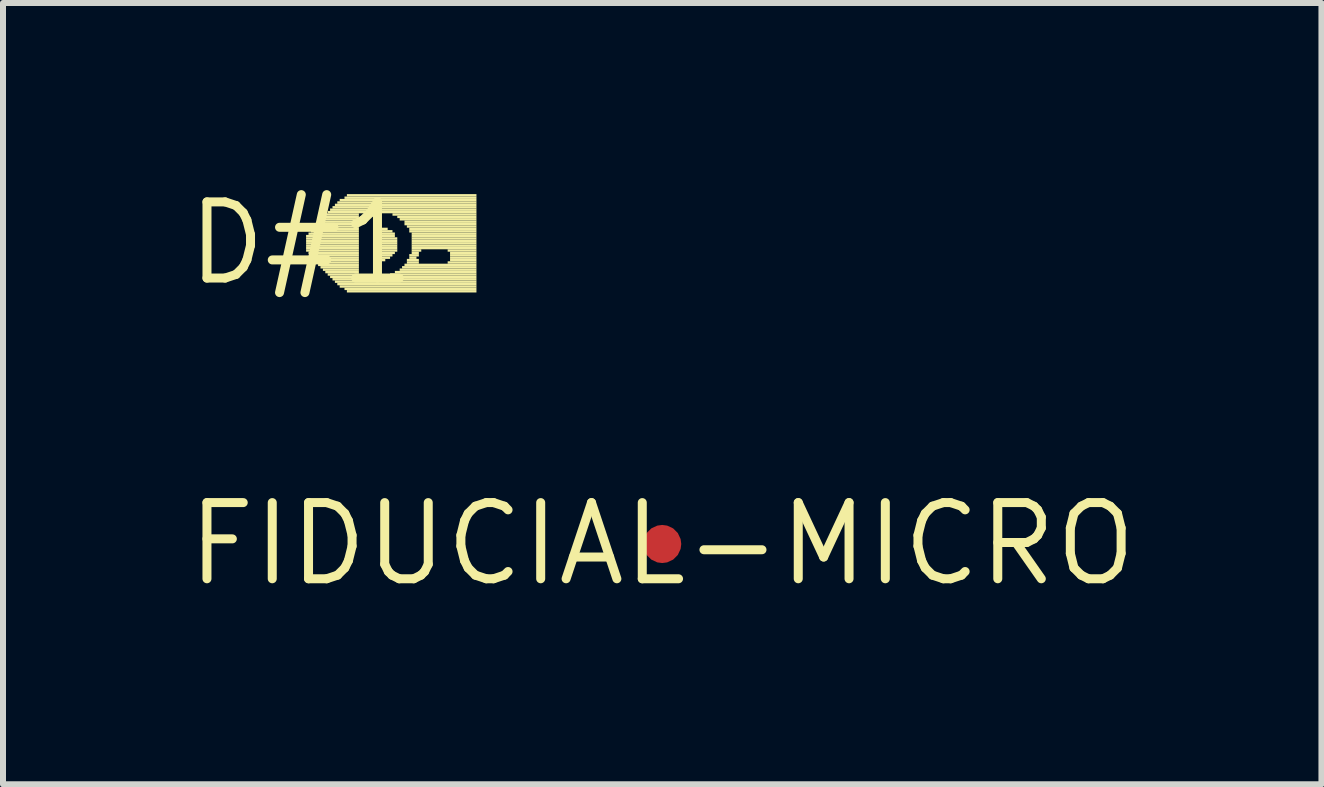
<source format=kicad_pcb>
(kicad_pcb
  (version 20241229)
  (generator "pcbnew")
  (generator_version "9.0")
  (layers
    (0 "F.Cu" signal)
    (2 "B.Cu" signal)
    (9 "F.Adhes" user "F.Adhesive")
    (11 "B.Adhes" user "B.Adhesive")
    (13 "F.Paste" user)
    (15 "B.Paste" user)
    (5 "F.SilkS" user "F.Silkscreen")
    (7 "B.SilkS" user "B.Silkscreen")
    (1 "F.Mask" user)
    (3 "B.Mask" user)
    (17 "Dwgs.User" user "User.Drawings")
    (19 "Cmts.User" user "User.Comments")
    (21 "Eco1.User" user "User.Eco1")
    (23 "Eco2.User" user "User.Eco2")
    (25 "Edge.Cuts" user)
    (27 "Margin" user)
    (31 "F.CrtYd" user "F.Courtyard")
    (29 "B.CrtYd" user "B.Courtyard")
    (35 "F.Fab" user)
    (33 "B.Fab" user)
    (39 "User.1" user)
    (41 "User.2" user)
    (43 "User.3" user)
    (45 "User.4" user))
  (footprint "FIDUCIAL-MICRO"
    (layer "F.Cu")
    (at 7.99 6.019)
    (property "Reference" "FIDUCIAL-MICRO" (at 0 0 0) (layer "F.SilkS") (effects (font (size 1.27 1.27) (thickness 0.15))))
    (attr through_hole)
    (pad "1" smd roundrect (at 0 0) (size 0.635 0.635) (layers "F.Cu" "F.Mask") (roundrect_rratio 0.5)))
  (footprint "D#1"
    (layer "F.Cu")
    (at 1.973 1.006)
    (property "Reference" "D#1" (at 0 0 0) (layer "F.SilkS") (effects (font (size 1.27 1.27) (thickness 0.15))))
    (attr through_hole)
    (fp_poly (pts (xy 0.08 -0.1) (xy 0.96 -0.1) (xy 0.96 -0.14) (xy 0.08 -0.14)) (stroke (width 0) (type solid)) (fill yes) (layer "F.SilkS"))
    (fp_poly (pts (xy 0.08 -0.06) (xy 0.96 -0.06) (xy 0.96 -0.1) (xy 0.08 -0.1)) (stroke (width 0) (type solid)) (fill yes) (layer "F.SilkS"))
    (fp_poly (pts (xy 0.08 -0.02) (xy 0.96 -0.02) (xy 0.96 -0.06) (xy 0.08 -0.06)) (stroke (width 0) (type solid)) (fill yes) (layer "F.SilkS"))
    (fp_poly (pts (xy 0.08 0.02) (xy 0.96 0.02) (xy 0.96 -0.02) (xy 0.08 -0.02)) (stroke (width 0) (type solid)) (fill yes) (layer "F.SilkS"))
    (fp_poly (pts (xy 0.08 0.06) (xy 0.96 0.06) (xy 0.96 0.02) (xy 0.08 0.02)) (stroke (width 0) (type solid)) (fill yes) (layer "F.SilkS"))
    (fp_poly (pts (xy 0.08 0.1) (xy 0.96 0.1) (xy 0.96 0.06) (xy 0.08 0.06)) (stroke (width 0) (type solid)) (fill yes) (layer "F.SilkS"))
    (fp_poly (pts (xy 0.08 0.14) (xy 0.96 0.14) (xy 0.96 0.1) (xy 0.08 0.1)) (stroke (width 0) (type solid)) (fill yes) (layer "F.SilkS"))
    (fp_poly (pts (xy 0.12 -0.14) (xy 0.96 -0.14) (xy 0.96 -0.18) (xy 0.12 -0.18)) (stroke (width 0) (type solid)) (fill yes) (layer "F.SilkS"))
    (fp_poly (pts (xy 0.12 0.18) (xy 0.96 0.18) (xy 0.96 0.14) (xy 0.12 0.14)) (stroke (width 0) (type solid)) (fill yes) (layer "F.SilkS"))
    (fp_poly (pts (xy 0.16 -0.22) (xy 0.96 -0.22) (xy 0.96 -0.26) (xy 0.16 -0.26)) (stroke (width 0) (type solid)) (fill yes) (layer "F.SilkS"))
    (fp_poly (pts (xy 0.16 -0.18) (xy 0.96 -0.18) (xy 0.96 -0.22) (xy 0.16 -0.22)) (stroke (width 0) (type solid)) (fill yes) (layer "F.SilkS"))
    (fp_poly (pts (xy 0.16 0.22) (xy 0.96 0.22) (xy 0.96 0.18) (xy 0.16 0.18)) (stroke (width 0) (type solid)) (fill yes) (layer "F.SilkS"))
    (fp_poly (pts (xy 0.16 0.26) (xy 0.96 0.26) (xy 0.96 0.22) (xy 0.16 0.22)) (stroke (width 0) (type solid)) (fill yes) (layer "F.SilkS"))
    (fp_poly (pts (xy 0.2 -0.26) (xy 0.96 -0.26) (xy 0.96 -0.3) (xy 0.2 -0.3)) (stroke (width 0) (type solid)) (fill yes) (layer "F.SilkS"))
    (fp_poly (pts (xy 0.2 0.3) (xy 0.96 0.3) (xy 0.96 0.26) (xy 0.2 0.26)) (stroke (width 0) (type solid)) (fill yes) (layer "F.SilkS"))
    (fp_poly (pts (xy 0.24 -0.3) (xy 0.96 -0.3) (xy 0.96 -0.34) (xy 0.24 -0.34)) (stroke (width 0) (type solid)) (fill yes) (layer "F.SilkS"))
    (fp_poly (pts (xy 0.24 0.34) (xy 0.96 0.34) (xy 0.96 0.3) (xy 0.24 0.3)) (stroke (width 0) (type solid)) (fill yes) (layer "F.SilkS"))
    (fp_poly (pts (xy 0.28 -0.34) (xy 0.96 -0.34) (xy 0.96 -0.38) (xy 0.28 -0.38)) (stroke (width 0) (type solid)) (fill yes) (layer "F.SilkS"))
    (fp_poly (pts (xy 0.28 0.38) (xy 0.96 0.38) (xy 0.96 0.34) (xy 0.28 0.34)) (stroke (width 0) (type solid)) (fill yes) (layer "F.SilkS"))
    (fp_poly (pts (xy 0.32 -0.38) (xy 0.96 -0.38) (xy 0.96 -0.42) (xy 0.32 -0.42)) (stroke (width 0) (type solid)) (fill yes) (layer "F.SilkS"))
    (fp_poly (pts (xy 0.32 0.42) (xy 0.96 0.42) (xy 0.96 0.38) (xy 0.32 0.38)) (stroke (width 0) (type solid)) (fill yes) (layer "F.SilkS"))
    (fp_poly (pts (xy 0.36 -0.42) (xy 0.96 -0.42) (xy 0.96 -0.46) (xy 0.36 -0.46)) (stroke (width 0) (type solid)) (fill yes) (layer "F.SilkS"))
    (fp_poly (pts (xy 0.36 0.46) (xy 0.96 0.46) (xy 0.96 0.42) (xy 0.36 0.42)) (stroke (width 0) (type solid)) (fill yes) (layer "F.SilkS"))
    (fp_poly (pts (xy 0.4 -0.46) (xy 0.96 -0.46) (xy 0.96 -0.5) (xy 0.4 -0.5)) (stroke (width 0) (type solid)) (fill yes) (layer "F.SilkS"))
    (fp_poly (pts (xy 0.4 0.5) (xy 0.96 0.5) (xy 0.96 0.46) (xy 0.4 0.46)) (stroke (width 0) (type solid)) (fill yes) (layer "F.SilkS"))
    (fp_poly (pts (xy 0.44 -0.5) (xy 2.92 -0.5) (xy 2.92 -0.54) (xy 0.44 -0.54)) (stroke (width 0) (type solid)) (fill yes) (layer "F.SilkS"))
    (fp_poly (pts (xy 0.44 0.54) (xy 0.96 0.54) (xy 0.96 0.5) (xy 0.44 0.5)) (stroke (width 0) (type solid)) (fill yes) (layer "F.SilkS"))
    (fp_poly (pts (xy 0.48 -0.54) (xy 2.92 -0.54) (xy 2.92 -0.58) (xy 0.48 -0.58)) (stroke (width 0) (type solid)) (fill yes) (layer "F.SilkS"))
    (fp_poly (pts (xy 0.48 0.58) (xy 2.92 0.58) (xy 2.92 0.54) (xy 0.48 0.54)) (stroke (width 0) (type solid)) (fill yes) (layer "F.SilkS"))
    (fp_poly (pts (xy 0.52 -0.58) (xy 2.92 -0.58) (xy 2.92 -0.62) (xy 0.52 -0.62)) (stroke (width 0) (type solid)) (fill yes) (layer "F.SilkS"))
    (fp_poly (pts (xy 0.52 0.62) (xy 2.92 0.62) (xy 2.92 0.58) (xy 0.52 0.58)) (stroke (width 0) (type solid)) (fill yes) (layer "F.SilkS"))
    (fp_poly (pts (xy 0.56 -0.62) (xy 2.92 -0.62) (xy 2.92 -0.66) (xy 0.56 -0.66)) (stroke (width 0) (type solid)) (fill yes) (layer "F.SilkS"))
    (fp_poly (pts (xy 0.56 0.66) (xy 2.92 0.66) (xy 2.92 0.62) (xy 0.56 0.62)) (stroke (width 0) (type solid)) (fill yes) (layer "F.SilkS"))
    (fp_poly (pts (xy 0.6 -0.66) (xy 2.92 -0.66) (xy 2.92 -0.7) (xy 0.6 -0.7)) (stroke (width 0) (type solid)) (fill yes) (layer "F.SilkS"))
    (fp_poly (pts (xy 0.6 0.7) (xy 2.92 0.7) (xy 2.92 0.66) (xy 0.6 0.66)) (stroke (width 0) (type solid)) (fill yes) (layer "F.SilkS"))
    (fp_poly (pts (xy 0.64 -0.7) (xy 2.92 -0.7) (xy 2.92 -0.74) (xy 0.64 -0.74)) (stroke (width 0) (type solid)) (fill yes) (layer "F.SilkS"))
    (fp_poly (pts (xy 0.64 0.74) (xy 2.92 0.74) (xy 2.92 0.7) (xy 0.64 0.7)) (stroke (width 0) (type solid)) (fill yes) (layer "F.SilkS"))
    (fp_poly (pts (xy 0.72 -0.74) (xy 2.92 -0.74) (xy 2.92 -0.78) (xy 0.72 -0.78)) (stroke (width 0) (type solid)) (fill yes) (layer "F.SilkS"))
    (fp_poly (pts (xy 0.72 0.78) (xy 2.92 0.78) (xy 2.92 0.74) (xy 0.72 0.74)) (stroke (width 0) (type solid)) (fill yes) (layer "F.SilkS"))
    (fp_poly (pts (xy 0.76 -0.78) (xy 2.92 -0.78) (xy 2.92 -0.82) (xy 0.76 -0.82)) (stroke (width 0) (type solid)) (fill yes) (layer "F.SilkS"))
    (fp_poly (pts (xy 0.76 0.82) (xy 2.92 0.82) (xy 2.92 0.78) (xy 0.76 0.78)) (stroke (width 0) (type solid)) (fill yes) (layer "F.SilkS"))
    (fp_poly (pts (xy 1.2 -0.22) (xy 1.44 -0.22) (xy 1.44 -0.26) (xy 1.2 -0.26)) (stroke (width 0) (type solid)) (fill yes) (layer "F.SilkS"))
    (fp_poly (pts (xy 1.2 -0.18) (xy 1.52 -0.18) (xy 1.52 -0.22) (xy 1.2 -0.22)) (stroke (width 0) (type solid)) (fill yes) (layer "F.SilkS"))
    (fp_poly (pts (xy 1.2 -0.14) (xy 1.56 -0.14) (xy 1.56 -0.18) (xy 1.2 -0.18)) (stroke (width 0) (type solid)) (fill yes) (layer "F.SilkS"))
    (fp_poly (pts (xy 1.2 -0.1) (xy 1.56 -0.1) (xy 1.56 -0.14) (xy 1.2 -0.14)) (stroke (width 0) (type solid)) (fill yes) (layer "F.SilkS"))
    (fp_poly (pts (xy 1.2 -0.06) (xy 1.6 -0.06) (xy 1.6 -0.1) (xy 1.2 -0.1)) (stroke (width 0) (type solid)) (fill yes) (layer "F.SilkS"))
    (fp_poly (pts (xy 1.2 -0.02) (xy 1.6 -0.02) (xy 1.6 -0.06) (xy 1.2 -0.06)) (stroke (width 0) (type solid)) (fill yes) (layer "F.SilkS"))
    (fp_poly (pts (xy 1.2 0.02) (xy 1.6 0.02) (xy 1.6 -0.02) (xy 1.2 -0.02)) (stroke (width 0) (type solid)) (fill yes) (layer "F.SilkS"))
    (fp_poly (pts (xy 1.2 0.06) (xy 1.6 0.06) (xy 1.6 0.02) (xy 1.2 0.02)) (stroke (width 0) (type solid)) (fill yes) (layer "F.SilkS"))
    (fp_poly (pts (xy 1.2 0.1) (xy 1.6 0.1) (xy 1.6 0.06) (xy 1.2 0.06)) (stroke (width 0) (type solid)) (fill yes) (layer "F.SilkS"))
    (fp_poly (pts (xy 1.2 0.14) (xy 1.6 0.14) (xy 1.6 0.1) (xy 1.2 0.1)) (stroke (width 0) (type solid)) (fill yes) (layer "F.SilkS"))
    (fp_poly (pts (xy 1.2 0.18) (xy 1.56 0.18) (xy 1.56 0.14) (xy 1.2 0.14)) (stroke (width 0) (type solid)) (fill yes) (layer "F.SilkS"))
    (fp_poly (pts (xy 1.2 0.22) (xy 1.52 0.22) (xy 1.52 0.18) (xy 1.2 0.18)) (stroke (width 0) (type solid)) (fill yes) (layer "F.SilkS"))
    (fp_poly (pts (xy 1.2 0.26) (xy 1.48 0.26) (xy 1.48 0.22) (xy 1.2 0.22)) (stroke (width 0) (type solid)) (fill yes) (layer "F.SilkS"))
    (fp_poly (pts (xy 1.2 0.3) (xy 1.4 0.3) (xy 1.4 0.26) (xy 1.2 0.26)) (stroke (width 0) (type solid)) (fill yes) (layer "F.SilkS"))
    (fp_poly (pts (xy 1.48 0.54) (xy 2.92 0.54) (xy 2.92 0.5) (xy 1.48 0.5)) (stroke (width 0) (type solid)) (fill yes) (layer "F.SilkS"))
    (fp_poly (pts (xy 1.52 -0.46) (xy 2.92 -0.46) (xy 2.92 -0.5) (xy 1.52 -0.5)) (stroke (width 0) (type solid)) (fill yes) (layer "F.SilkS"))
    (fp_poly (pts (xy 1.56 0.5) (xy 2.92 0.5) (xy 2.92 0.46) (xy 1.56 0.46)) (stroke (width 0) (type solid)) (fill yes) (layer "F.SilkS"))
    (fp_poly (pts (xy 1.6 -0.42) (xy 2.92 -0.42) (xy 2.92 -0.46) (xy 1.6 -0.46)) (stroke (width 0) (type solid)) (fill yes) (layer "F.SilkS"))
    (fp_poly (pts (xy 1.64 -0.38) (xy 2.92 -0.38) (xy 2.92 -0.42) (xy 1.64 -0.42)) (stroke (width 0) (type solid)) (fill yes) (layer "F.SilkS"))
    (fp_poly (pts (xy 1.64 0.46) (xy 2.92 0.46) (xy 2.92 0.42) (xy 1.64 0.42)) (stroke (width 0) (type solid)) (fill yes) (layer "F.SilkS"))
    (fp_poly (pts (xy 1.68 0.42) (xy 2.92 0.42) (xy 2.92 0.38) (xy 1.68 0.38)) (stroke (width 0) (type solid)) (fill yes) (layer "F.SilkS"))
    (fp_poly (pts (xy 1.72 -0.34) (xy 2.92 -0.34) (xy 2.92 -0.38) (xy 1.72 -0.38)) (stroke (width 0) (type solid)) (fill yes) (layer "F.SilkS"))
    (fp_poly (pts (xy 1.72 -0.3) (xy 2.92 -0.3) (xy 2.92 -0.34) (xy 1.72 -0.34)) (stroke (width 0) (type solid)) (fill yes) (layer "F.SilkS"))
    (fp_poly (pts (xy 1.72 0.38) (xy 2.92 0.38) (xy 2.92 0.34) (xy 1.72 0.34)) (stroke (width 0) (type solid)) (fill yes) (layer "F.SilkS"))
    (fp_poly (pts (xy 1.76 -0.26) (xy 2.92 -0.26) (xy 2.92 -0.3) (xy 1.76 -0.3)) (stroke (width 0) (type solid)) (fill yes) (layer "F.SilkS"))
    (fp_poly (pts (xy 1.76 0.3) (xy 1.96 0.3) (xy 1.96 0.26) (xy 1.76 0.26)) (stroke (width 0) (type solid)) (fill yes) (layer "F.SilkS"))
    (fp_poly (pts (xy 1.76 0.34) (xy 1.96 0.34) (xy 1.96 0.3) (xy 1.76 0.3)) (stroke (width 0) (type solid)) (fill yes) (layer "F.SilkS"))
    (fp_poly (pts (xy 1.8 -0.22) (xy 2.92 -0.22) (xy 2.92 -0.26) (xy 1.8 -0.26)) (stroke (width 0) (type solid)) (fill yes) (layer "F.SilkS"))
    (fp_poly (pts (xy 1.8 -0.18) (xy 2.92 -0.18) (xy 2.92 -0.22) (xy 1.8 -0.22)) (stroke (width 0) (type solid)) (fill yes) (layer "F.SilkS"))
    (fp_poly (pts (xy 1.8 0.22) (xy 1.96 0.22) (xy 1.96 0.18) (xy 1.8 0.18)) (stroke (width 0) (type solid)) (fill yes) (layer "F.SilkS"))
    (fp_poly (pts (xy 1.8 0.26) (xy 1.92 0.26) (xy 1.92 0.22) (xy 1.8 0.22)) (stroke (width 0) (type solid)) (fill yes) (layer "F.SilkS"))
    (fp_poly (pts (xy 1.84 -0.14) (xy 2.92 -0.14) (xy 2.92 -0.18) (xy 1.84 -0.18)) (stroke (width 0) (type solid)) (fill yes) (layer "F.SilkS"))
    (fp_poly (pts (xy 1.84 -0.1) (xy 2.92 -0.1) (xy 2.92 -0.14) (xy 1.84 -0.14)) (stroke (width 0) (type solid)) (fill yes) (layer "F.SilkS"))
    (fp_poly (pts (xy 1.84 -0.06) (xy 2.92 -0.06) (xy 2.92 -0.1) (xy 1.84 -0.1)) (stroke (width 0) (type solid)) (fill yes) (layer "F.SilkS"))
    (fp_poly (pts (xy 1.84 -0.02) (xy 2.92 -0.02) (xy 2.92 -0.06) (xy 1.84 -0.06)) (stroke (width 0) (type solid)) (fill yes) (layer "F.SilkS"))
    (fp_poly (pts (xy 1.84 0.02) (xy 2.92 0.02) (xy 2.92 -0.02) (xy 1.84 -0.02)) (stroke (width 0) (type solid)) (fill yes) (layer "F.SilkS"))
    (fp_poly (pts (xy 1.84 0.06) (xy 2.92 0.06) (xy 2.92 0.02) (xy 1.84 0.02)) (stroke (width 0) (type solid)) (fill yes) (layer "F.SilkS"))
    (fp_poly (pts (xy 1.84 0.1) (xy 2.92 0.1) (xy 2.92 0.06) (xy 1.84 0.06)) (stroke (width 0) (type solid)) (fill yes) (layer "F.SilkS"))
    (fp_poly (pts (xy 1.84 0.14) (xy 2 0.14) (xy 2 0.1) (xy 1.84 0.1)) (stroke (width 0) (type solid)) (fill yes) (layer "F.SilkS"))
    (fp_poly (pts (xy 1.84 0.18) (xy 1.96 0.18) (xy 1.96 0.14) (xy 1.84 0.14)) (stroke (width 0) (type solid)) (fill yes) (layer "F.SilkS"))
    (fp_poly (pts (xy 2.44 0.14) (xy 2.92 0.14) (xy 2.92 0.1) (xy 2.44 0.1)) (stroke (width 0) (type solid)) (fill yes) (layer "F.SilkS"))
    (fp_poly (pts (xy 2.44 0.34) (xy 2.92 0.34) (xy 2.92 0.3) (xy 2.44 0.3)) (stroke (width 0) (type solid)) (fill yes) (layer "F.SilkS"))
    (fp_poly (pts (xy 2.48 0.18) (xy 2.92 0.18) (xy 2.92 0.14) (xy 2.48 0.14)) (stroke (width 0) (type solid)) (fill yes) (layer "F.SilkS"))
    (fp_poly (pts (xy 2.48 0.22) (xy 2.92 0.22) (xy 2.92 0.18) (xy 2.48 0.18)) (stroke (width 0) (type solid)) (fill yes) (layer "F.SilkS"))
    (fp_poly (pts (xy 2.48 0.26) (xy 2.92 0.26) (xy 2.92 0.22) (xy 2.48 0.22)) (stroke (width 0) (type solid)) (fill yes) (layer "F.SilkS"))
    (fp_poly (pts (xy 2.48 0.3) (xy 2.92 0.3) (xy 2.92 0.26) (xy 2.48 0.26)) (stroke (width 0) (type solid)) (fill yes) (layer "F.SilkS")))
  (gr_rect
    (start -3 -3)
    (end 18.98 10.025)
    (stroke (width 0.1) (type default))
    (fill no)
    (layer "Edge.Cuts")))
</source>
